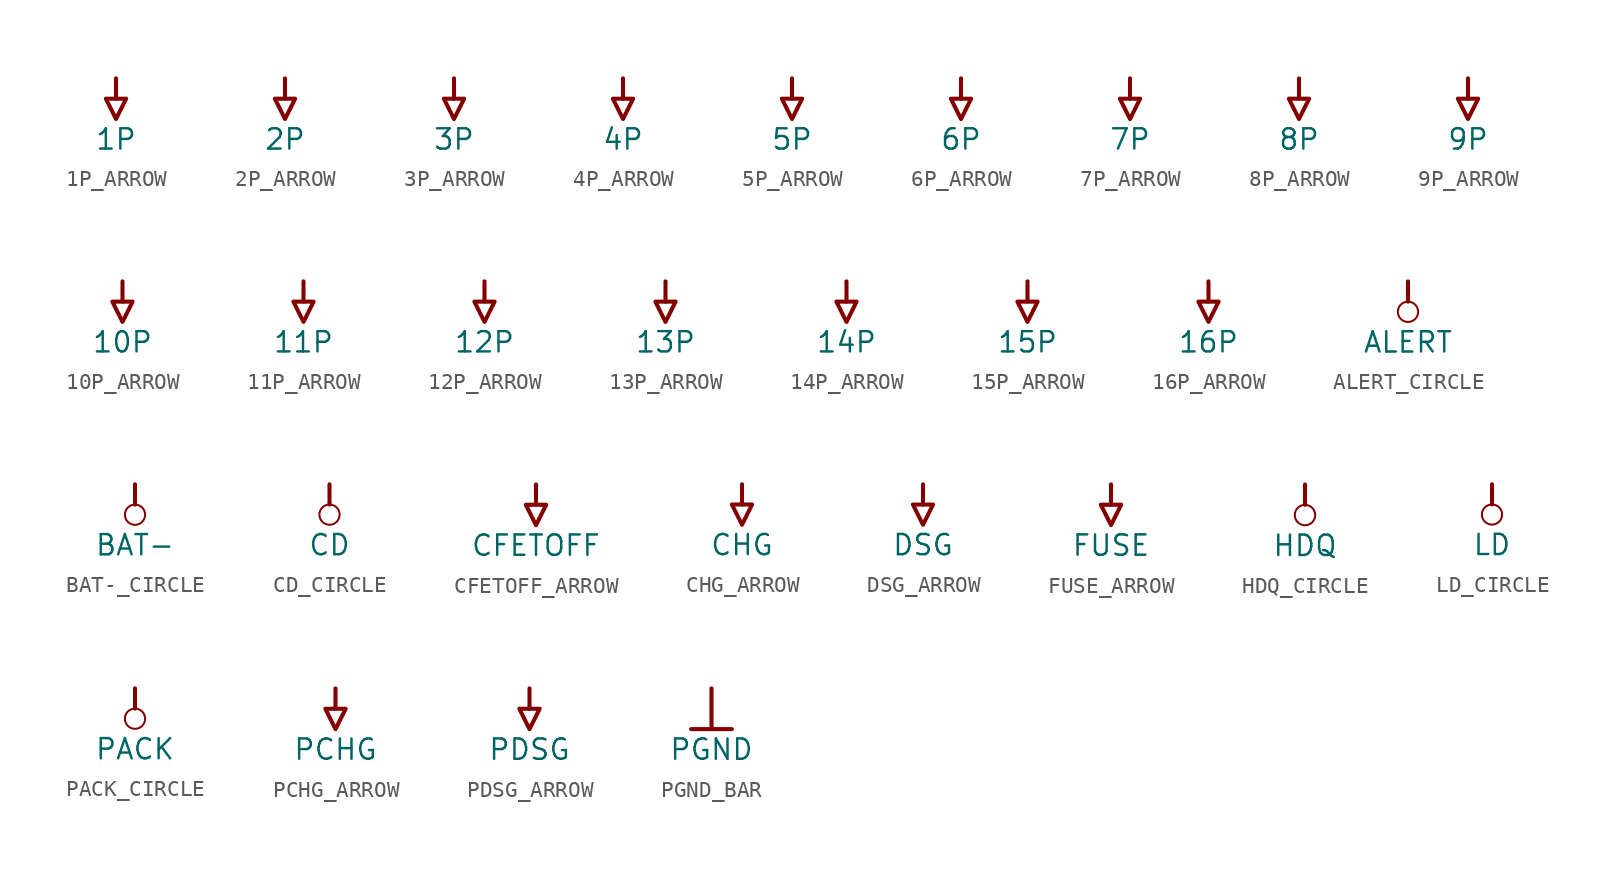
<source format=kicad_sym>
(kicad_symbol_lib
  (version 20241209)
  (generator "kicad_symbol_editor")
  (generator_version "9.0")
  (symbol "1P_ARROW"
    (power)
    (property "Reference" "#PWR"
      (at 0 0 0)
      (effects (font (size 1.27 1.27)) (hide yes)))
    (property "Value" "1P"
      (at 0 -3.81 0)
      (effects (font (size 1.27 1.27))))
    (symbol "1P_ARROW_0_0"
      (polyline (pts (xy -0.635 -1.27) (xy 0.635 -1.27) (xy 0 -2.54) (xy -0.635 -1.27)) (stroke (width 0.254) (type solid)) (fill (type none)))
      (polyline (pts (xy 0 0) (xy 0 -1.27)) (stroke (width 0.254) (type solid)) (fill (type none)))
      (pin power_in line (at 0 0 0) (length 0) (hide yes) (name "1P" (effects (font (size 1.27 1.27)))) (number "" (effects (font (size 1.27 1.27)))))))
  (symbol "2P_ARROW"
    (power)
    (property "Reference" "#PWR"
      (at 0 0 0)
      (effects (font (size 1.27 1.27)) (hide yes)))
    (property "Value" "2P"
      (at 0 -3.81 0)
      (effects (font (size 1.27 1.27))))
    (symbol "2P_ARROW_0_0"
      (polyline (pts (xy -0.635 -1.27) (xy 0.635 -1.27) (xy 0 -2.54) (xy -0.635 -1.27)) (stroke (width 0.254) (type solid)) (fill (type none)))
      (polyline (pts (xy 0 0) (xy 0 -1.27)) (stroke (width 0.254) (type solid)) (fill (type none)))
      (pin power_in line (at 0 0 0) (length 0) (hide yes) (name "2P" (effects (font (size 1.27 1.27)))) (number "" (effects (font (size 1.27 1.27)))))))
  (symbol "3P_ARROW"
    (power)
    (property "Reference" "#PWR"
      (at 0 0 0)
      (effects (font (size 1.27 1.27)) (hide yes)))
    (property "Value" "3P"
      (at 0 -3.81 0)
      (effects (font (size 1.27 1.27))))
    (symbol "3P_ARROW_0_0"
      (polyline (pts (xy -0.635 -1.27) (xy 0.635 -1.27) (xy 0 -2.54) (xy -0.635 -1.27)) (stroke (width 0.254) (type solid)) (fill (type none)))
      (polyline (pts (xy 0 0) (xy 0 -1.27)) (stroke (width 0.254) (type solid)) (fill (type none)))
      (pin power_in line (at 0 0 0) (length 0) (hide yes) (name "3P" (effects (font (size 1.27 1.27)))) (number "" (effects (font (size 1.27 1.27)))))))
  (symbol "4P_ARROW"
    (power)
    (property "Reference" "#PWR"
      (at 0 0 0)
      (effects (font (size 1.27 1.27)) (hide yes)))
    (property "Value" "4P"
      (at 0 -3.81 0)
      (effects (font (size 1.27 1.27))))
    (symbol "4P_ARROW_0_0"
      (polyline (pts (xy -0.635 -1.27) (xy 0.635 -1.27) (xy 0 -2.54) (xy -0.635 -1.27)) (stroke (width 0.254) (type solid)) (fill (type none)))
      (polyline (pts (xy 0 0) (xy 0 -1.27)) (stroke (width 0.254) (type solid)) (fill (type none)))
      (pin power_in line (at 0 0 0) (length 0) (hide yes) (name "4P" (effects (font (size 1.27 1.27)))) (number "" (effects (font (size 1.27 1.27)))))))
  (symbol "5P_ARROW"
    (power)
    (property "Reference" "#PWR"
      (at 0 0 0)
      (effects (font (size 1.27 1.27)) (hide yes)))
    (property "Value" "5P"
      (at 0 -3.81 0)
      (effects (font (size 1.27 1.27))))
    (symbol "5P_ARROW_0_0"
      (polyline (pts (xy -0.635 -1.27) (xy 0.635 -1.27) (xy 0 -2.54) (xy -0.635 -1.27)) (stroke (width 0.254) (type solid)) (fill (type none)))
      (polyline (pts (xy 0 0) (xy 0 -1.27)) (stroke (width 0.254) (type solid)) (fill (type none)))
      (pin power_in line (at 0 0 0) (length 0) (hide yes) (name "5P" (effects (font (size 1.27 1.27)))) (number "" (effects (font (size 1.27 1.27)))))))
  (symbol "6P_ARROW"
    (power)
    (property "Reference" "#PWR"
      (at 0 0 0)
      (effects (font (size 1.27 1.27)) (hide yes)))
    (property "Value" "6P"
      (at 0 -3.81 0)
      (effects (font (size 1.27 1.27))))
    (symbol "6P_ARROW_0_0"
      (polyline (pts (xy -0.635 -1.27) (xy 0.635 -1.27) (xy 0 -2.54) (xy -0.635 -1.27)) (stroke (width 0.254) (type solid)) (fill (type none)))
      (polyline (pts (xy 0 0) (xy 0 -1.27)) (stroke (width 0.254) (type solid)) (fill (type none)))
      (pin power_in line (at 0 0 0) (length 0) (hide yes) (name "6P" (effects (font (size 1.27 1.27)))) (number "" (effects (font (size 1.27 1.27)))))))
  (symbol "7P_ARROW"
    (power)
    (property "Reference" "#PWR"
      (at 0 0 0)
      (effects (font (size 1.27 1.27)) (hide yes)))
    (property "Value" "7P"
      (at 0 -3.81 0)
      (effects (font (size 1.27 1.27))))
    (symbol "7P_ARROW_0_0"
      (polyline (pts (xy -0.635 -1.27) (xy 0.635 -1.27) (xy 0 -2.54) (xy -0.635 -1.27)) (stroke (width 0.254) (type solid)) (fill (type none)))
      (polyline (pts (xy 0 0) (xy 0 -1.27)) (stroke (width 0.254) (type solid)) (fill (type none)))
      (pin power_in line (at 0 0 0) (length 0) (hide yes) (name "7P" (effects (font (size 1.27 1.27)))) (number "" (effects (font (size 1.27 1.27)))))))
  (symbol "8P_ARROW"
    (power)
    (property "Reference" "#PWR"
      (at 0 0 0)
      (effects (font (size 1.27 1.27)) (hide yes)))
    (property "Value" "8P"
      (at 0 -3.81 0)
      (effects (font (size 1.27 1.27))))
    (symbol "8P_ARROW_0_0"
      (polyline (pts (xy -0.635 -1.27) (xy 0.635 -1.27) (xy 0 -2.54) (xy -0.635 -1.27)) (stroke (width 0.254) (type solid)) (fill (type none)))
      (polyline (pts (xy 0 0) (xy 0 -1.27)) (stroke (width 0.254) (type solid)) (fill (type none)))
      (pin power_in line (at 0 0 0) (length 0) (hide yes) (name "8P" (effects (font (size 1.27 1.27)))) (number "" (effects (font (size 1.27 1.27)))))))
  (symbol "9P_ARROW"
    (power)
    (property "Reference" "#PWR"
      (at 0 0 0)
      (effects (font (size 1.27 1.27)) (hide yes)))
    (property "Value" "9P"
      (at 0 -3.81 0)
      (effects (font (size 1.27 1.27))))
    (symbol "9P_ARROW_0_0"
      (polyline (pts (xy -0.635 -1.27) (xy 0.635 -1.27) (xy 0 -2.54) (xy -0.635 -1.27)) (stroke (width 0.254) (type solid)) (fill (type none)))
      (polyline (pts (xy 0 0) (xy 0 -1.27)) (stroke (width 0.254) (type solid)) (fill (type none)))
      (pin power_in line (at 0 0 0) (length 0) (hide yes) (name "9P" (effects (font (size 1.27 1.27)))) (number "" (effects (font (size 1.27 1.27)))))))
  (symbol "10P_ARROW"
    (power)
    (property "Reference" "#PWR"
      (at 0 0 0)
      (effects (font (size 1.27 1.27)) (hide yes)))
    (property "Value" "10P"
      (at 0 -3.81 0)
      (effects (font (size 1.27 1.27))))
    (symbol "10P_ARROW_0_0"
      (polyline (pts (xy -0.635 -1.27) (xy 0.635 -1.27) (xy 0 -2.54) (xy -0.635 -1.27)) (stroke (width 0.254) (type solid)) (fill (type none)))
      (polyline (pts (xy 0 0) (xy 0 -1.27)) (stroke (width 0.254) (type solid)) (fill (type none)))
      (pin power_in line (at 0 0 0) (length 0) (hide yes) (name "10P" (effects (font (size 1.27 1.27)))) (number "" (effects (font (size 1.27 1.27)))))))
  (symbol "11P_ARROW"
    (power)
    (property "Reference" "#PWR"
      (at 0 0 0)
      (effects (font (size 1.27 1.27)) (hide yes)))
    (property "Value" "11P"
      (at 0 -3.81 0)
      (effects (font (size 1.27 1.27))))
    (symbol "11P_ARROW_0_0"
      (polyline (pts (xy -0.635 -1.27) (xy 0.635 -1.27) (xy 0 -2.54) (xy -0.635 -1.27)) (stroke (width 0.254) (type solid)) (fill (type none)))
      (polyline (pts (xy 0 0) (xy 0 -1.27)) (stroke (width 0.254) (type solid)) (fill (type none)))
      (pin power_in line (at 0 0 0) (length 0) (hide yes) (name "11P" (effects (font (size 1.27 1.27)))) (number "" (effects (font (size 1.27 1.27)))))))
  (symbol "12P_ARROW"
    (power)
    (property "Reference" "#PWR"
      (at 0 0 0)
      (effects (font (size 1.27 1.27)) (hide yes)))
    (property "Value" "12P"
      (at 0 -3.81 0)
      (effects (font (size 1.27 1.27))))
    (symbol "12P_ARROW_0_0"
      (polyline (pts (xy -0.635 -1.27) (xy 0.635 -1.27) (xy 0 -2.54) (xy -0.635 -1.27)) (stroke (width 0.254) (type solid)) (fill (type none)))
      (polyline (pts (xy 0 0) (xy 0 -1.27)) (stroke (width 0.254) (type solid)) (fill (type none)))
      (pin power_in line (at 0 0 0) (length 0) (hide yes) (name "12P" (effects (font (size 1.27 1.27)))) (number "" (effects (font (size 1.27 1.27)))))))
  (symbol "13P_ARROW"
    (power)
    (property "Reference" "#PWR"
      (at 0 0 0)
      (effects (font (size 1.27 1.27)) (hide yes)))
    (property "Value" "13P"
      (at 0 -3.81 0)
      (effects (font (size 1.27 1.27))))
    (symbol "13P_ARROW_0_0"
      (polyline (pts (xy -0.635 -1.27) (xy 0.635 -1.27) (xy 0 -2.54) (xy -0.635 -1.27)) (stroke (width 0.254) (type solid)) (fill (type none)))
      (polyline (pts (xy 0 0) (xy 0 -1.27)) (stroke (width 0.254) (type solid)) (fill (type none)))
      (pin power_in line (at 0 0 0) (length 0) (hide yes) (name "13P" (effects (font (size 1.27 1.27)))) (number "" (effects (font (size 1.27 1.27)))))))
  (symbol "14P_ARROW"
    (power)
    (property "Reference" "#PWR"
      (at 0 0 0)
      (effects (font (size 1.27 1.27)) (hide yes)))
    (property "Value" "14P"
      (at 0 -3.81 0)
      (effects (font (size 1.27 1.27))))
    (symbol "14P_ARROW_0_0"
      (polyline (pts (xy -0.635 -1.27) (xy 0.635 -1.27) (xy 0 -2.54) (xy -0.635 -1.27)) (stroke (width 0.254) (type solid)) (fill (type none)))
      (polyline (pts (xy 0 0) (xy 0 -1.27)) (stroke (width 0.254) (type solid)) (fill (type none)))
      (pin power_in line (at 0 0 0) (length 0) (hide yes) (name "14P" (effects (font (size 1.27 1.27)))) (number "" (effects (font (size 1.27 1.27)))))))
  (symbol "15P_ARROW"
    (power)
    (property "Reference" "#PWR"
      (at 0 0 0)
      (effects (font (size 1.27 1.27)) (hide yes)))
    (property "Value" "15P"
      (at 0 -3.81 0)
      (effects (font (size 1.27 1.27))))
    (symbol "15P_ARROW_0_0"
      (polyline (pts (xy -0.635 -1.27) (xy 0.635 -1.27) (xy 0 -2.54) (xy -0.635 -1.27)) (stroke (width 0.254) (type solid)) (fill (type none)))
      (polyline (pts (xy 0 0) (xy 0 -1.27)) (stroke (width 0.254) (type solid)) (fill (type none)))
      (pin power_in line (at 0 0 0) (length 0) (hide yes) (name "15P" (effects (font (size 1.27 1.27)))) (number "" (effects (font (size 1.27 1.27)))))))
  (symbol "16P_ARROW"
    (power)
    (property "Reference" "#PWR"
      (at 0 0 0)
      (effects (font (size 1.27 1.27)) (hide yes)))
    (property "Value" "16P"
      (at 0 -3.81 0)
      (effects (font (size 1.27 1.27))))
    (symbol "16P_ARROW_0_0"
      (polyline (pts (xy -0.635 -1.27) (xy 0.635 -1.27) (xy 0 -2.54) (xy -0.635 -1.27)) (stroke (width 0.254) (type solid)) (fill (type none)))
      (polyline (pts (xy 0 0) (xy 0 -1.27)) (stroke (width 0.254) (type solid)) (fill (type none)))
      (pin power_in line (at 0 0 0) (length 0) (hide yes) (name "16P" (effects (font (size 1.27 1.27)))) (number "" (effects (font (size 1.27 1.27)))))))
  (symbol "ALERT_CIRCLE"
    (power)
    (property "Reference" "#PWR"
      (at 0 0 0)
      (effects (font (size 1.27 1.27)) (hide yes)))
    (property "Value" "ALERT"
      (at 0 -3.81 0)
      (effects (font (size 1.27 1.27))))
    (symbol "ALERT_CIRCLE_0_0"
      (polyline (pts (xy 0 0) (xy 0 -1.27)) (stroke (width 0.254) (type solid)) (fill (type none)))
      (circle (center 0 -1.905) (radius 0.635) (stroke (width 0.127) (type solid)) (fill (type none)))
      (pin power_in line (at 0 0 0) (length 0) (hide yes) (name "ALERT" (effects (font (size 1.27 1.27)))) (number "" (effects (font (size 1.27 1.27)))))))
  (symbol "BAT-_CIRCLE"
    (power)
    (property "Reference" "#PWR"
      (at 0 0 0)
      (effects (font (size 1.27 1.27)) (hide yes)))
    (property "Value" "BAT-"
      (at 0 -3.81 0)
      (effects (font (size 1.27 1.27))))
    (symbol "BAT-_CIRCLE_0_0"
      (polyline (pts (xy 0 0) (xy 0 -1.27)) (stroke (width 0.254) (type solid)) (fill (type none)))
      (circle (center 0 -1.905) (radius 0.635) (stroke (width 0.127) (type solid)) (fill (type none)))
      (pin power_in line (at 0 0 0) (length 0) (hide yes) (name "BAT-" (effects (font (size 1.27 1.27)))) (number "" (effects (font (size 1.27 1.27)))))))
  (symbol "CD_CIRCLE"
    (power)
    (property "Reference" "#PWR"
      (at 0 0 0)
      (effects (font (size 1.27 1.27)) (hide yes)))
    (property "Value" "CD"
      (at 0 -3.81 0)
      (effects (font (size 1.27 1.27))))
    (symbol "CD_CIRCLE_0_0"
      (polyline (pts (xy 0 0) (xy 0 -1.27)) (stroke (width 0.254) (type solid)) (fill (type none)))
      (circle (center 0 -1.905) (radius 0.635) (stroke (width 0.127) (type solid)) (fill (type none)))
      (pin power_in line (at 0 0 0) (length 0) (hide yes) (name "CD" (effects (font (size 1.27 1.27)))) (number "" (effects (font (size 1.27 1.27)))))))
  (symbol "CFETOFF_ARROW"
    (power)
    (property "Reference" "#PWR"
      (at 0 0 0)
      (effects (font (size 1.27 1.27)) (hide yes)))
    (property "Value" "CFETOFF"
      (at 0 -3.81 0)
      (effects (font (size 1.27 1.27))))
    (symbol "CFETOFF_ARROW_0_0"
      (polyline (pts (xy -0.635 -1.27) (xy 0.635 -1.27) (xy 0 -2.54) (xy -0.635 -1.27)) (stroke (width 0.254) (type solid)) (fill (type none)))
      (polyline (pts (xy 0 0) (xy 0 -1.27)) (stroke (width 0.254) (type solid)) (fill (type none)))
      (pin power_in line (at 0 0 0) (length 0) (hide yes) (name "CFETOFF" (effects (font (size 1.27 1.27)))) (number "" (effects (font (size 1.27 1.27)))))))
  (symbol "CHG_ARROW"
    (power)
    (property "Reference" "#PWR"
      (at 0 0 0)
      (effects (font (size 1.27 1.27)) (hide yes)))
    (property "Value" "CHG"
      (at 0 -3.81 0)
      (effects (font (size 1.27 1.27))))
    (symbol "CHG_ARROW_0_0"
      (polyline (pts (xy -0.635 -1.27) (xy 0.635 -1.27) (xy 0 -2.54) (xy -0.635 -1.27)) (stroke (width 0.254) (type solid)) (fill (type none)))
      (polyline (pts (xy 0 0) (xy 0 -1.27)) (stroke (width 0.254) (type solid)) (fill (type none)))
      (pin power_in line (at 0 0 0) (length 0) (hide yes) (name "CHG" (effects (font (size 1.27 1.27)))) (number "" (effects (font (size 1.27 1.27)))))))
  (symbol "DSG_ARROW"
    (power)
    (property "Reference" "#PWR"
      (at 0 0 0)
      (effects (font (size 1.27 1.27)) (hide yes)))
    (property "Value" "DSG"
      (at 0 -3.81 0)
      (effects (font (size 1.27 1.27))))
    (symbol "DSG_ARROW_0_0"
      (polyline (pts (xy -0.635 -1.27) (xy 0.635 -1.27) (xy 0 -2.54) (xy -0.635 -1.27)) (stroke (width 0.254) (type solid)) (fill (type none)))
      (polyline (pts (xy 0 0) (xy 0 -1.27)) (stroke (width 0.254) (type solid)) (fill (type none)))
      (pin power_in line (at 0 0 0) (length 0) (hide yes) (name "DSG" (effects (font (size 1.27 1.27)))) (number "" (effects (font (size 1.27 1.27)))))))
  (symbol "FUSE_ARROW"
    (power)
    (property "Reference" "#PWR"
      (at 0 0 0)
      (effects (font (size 1.27 1.27)) (hide yes)))
    (property "Value" "FUSE"
      (at 0 -3.81 0)
      (effects (font (size 1.27 1.27))))
    (symbol "FUSE_ARROW_0_0"
      (polyline (pts (xy -0.635 -1.27) (xy 0.635 -1.27) (xy 0 -2.54) (xy -0.635 -1.27)) (stroke (width 0.254) (type solid)) (fill (type none)))
      (polyline (pts (xy 0 0) (xy 0 -1.27)) (stroke (width 0.254) (type solid)) (fill (type none)))
      (pin power_in line (at 0 0 0) (length 0) (hide yes) (name "FUSE" (effects (font (size 1.27 1.27)))) (number "" (effects (font (size 1.27 1.27)))))))
  (symbol "HDQ_CIRCLE"
    (power)
    (property "Reference" "#PWR"
      (at 0 0 0)
      (effects (font (size 1.27 1.27)) (hide yes)))
    (property "Value" "HDQ"
      (at 0 -3.81 0)
      (effects (font (size 1.27 1.27))))
    (symbol "HDQ_CIRCLE_0_0"
      (polyline (pts (xy 0 0) (xy 0 -1.27)) (stroke (width 0.254) (type solid)) (fill (type none)))
      (circle (center 0 -1.905) (radius 0.635) (stroke (width 0.127) (type solid)) (fill (type none)))
      (pin power_in line (at 0 0 0) (length 0) (hide yes) (name "HDQ" (effects (font (size 1.27 1.27)))) (number "" (effects (font (size 1.27 1.27)))))))
  (symbol "LD_CIRCLE"
    (power)
    (property "Reference" "#PWR"
      (at 0 0 0)
      (effects (font (size 1.27 1.27)) (hide yes)))
    (property "Value" "LD"
      (at 0 -3.81 0)
      (effects (font (size 1.27 1.27))))
    (symbol "LD_CIRCLE_0_0"
      (polyline (pts (xy 0 0) (xy 0 -1.27)) (stroke (width 0.254) (type solid)) (fill (type none)))
      (circle (center 0 -1.905) (radius 0.635) (stroke (width 0.127) (type solid)) (fill (type none)))
      (pin power_in line (at 0 0 0) (length 0) (hide yes) (name "LD" (effects (font (size 1.27 1.27)))) (number "" (effects (font (size 1.27 1.27)))))))
  (symbol "PACK_CIRCLE"
    (power)
    (property "Reference" "#PWR"
      (at 0 0 0)
      (effects (font (size 1.27 1.27)) (hide yes)))
    (property "Value" "PACK"
      (at 0 -3.81 0)
      (effects (font (size 1.27 1.27))))
    (symbol "PACK_CIRCLE_0_0"
      (polyline (pts (xy 0 0) (xy 0 -1.27)) (stroke (width 0.254) (type solid)) (fill (type none)))
      (circle (center 0 -1.905) (radius 0.635) (stroke (width 0.127) (type solid)) (fill (type none)))
      (pin power_in line (at 0 0 0) (length 0) (hide yes) (name "PACK" (effects (font (size 1.27 1.27)))) (number "" (effects (font (size 1.27 1.27)))))))
  (symbol "PCHG_ARROW"
    (power)
    (property "Reference" "#PWR"
      (at 0 0 0)
      (effects (font (size 1.27 1.27)) (hide yes)))
    (property "Value" "PCHG"
      (at 0 -3.81 0)
      (effects (font (size 1.27 1.27))))
    (symbol "PCHG_ARROW_0_0"
      (polyline (pts (xy -0.635 -1.27) (xy 0.635 -1.27) (xy 0 -2.54) (xy -0.635 -1.27)) (stroke (width 0.254) (type solid)) (fill (type none)))
      (polyline (pts (xy 0 0) (xy 0 -1.27)) (stroke (width 0.254) (type solid)) (fill (type none)))
      (pin power_in line (at 0 0 0) (length 0) (hide yes) (name "PCHG" (effects (font (size 1.27 1.27)))) (number "" (effects (font (size 1.27 1.27)))))))
  (symbol "PDSG_ARROW"
    (power)
    (property "Reference" "#PWR"
      (at 0 0 0)
      (effects (font (size 1.27 1.27)) (hide yes)))
    (property "Value" "PDSG"
      (at 0 -3.81 0)
      (effects (font (size 1.27 1.27))))
    (symbol "PDSG_ARROW_0_0"
      (polyline (pts (xy -0.635 -1.27) (xy 0.635 -1.27) (xy 0 -2.54) (xy -0.635 -1.27)) (stroke (width 0.254) (type solid)) (fill (type none)))
      (polyline (pts (xy 0 0) (xy 0 -1.27)) (stroke (width 0.254) (type solid)) (fill (type none)))
      (pin power_in line (at 0 0 0) (length 0) (hide yes) (name "PDSG" (effects (font (size 1.27 1.27)))) (number "" (effects (font (size 1.27 1.27)))))))
  (symbol "PGND_BAR"
    (power)
    (property "Reference" "#PWR"
      (at 0 0 0)
      (effects (font (size 1.27 1.27)) (hide yes)))
    (property "Value" "PGND"
      (at 0 -3.81 0)
      (effects (font (size 1.27 1.27))))
    (symbol "PGND_BAR_0_0"
      (polyline (pts (xy -1.27 -2.54) (xy 1.27 -2.54)) (stroke (width 0.254) (type solid)) (fill (type none)))
      (polyline (pts (xy 0 0) (xy 0 -2.54)) (stroke (width 0.254) (type solid)) (fill (type none)))
      (pin power_in line (at 0 0 0) (length 0) (hide yes) (name "PGND" (effects (font (size 1.27 1.27)))) (number "" (effects (font (size 1.27 1.27))))))))
</source>
